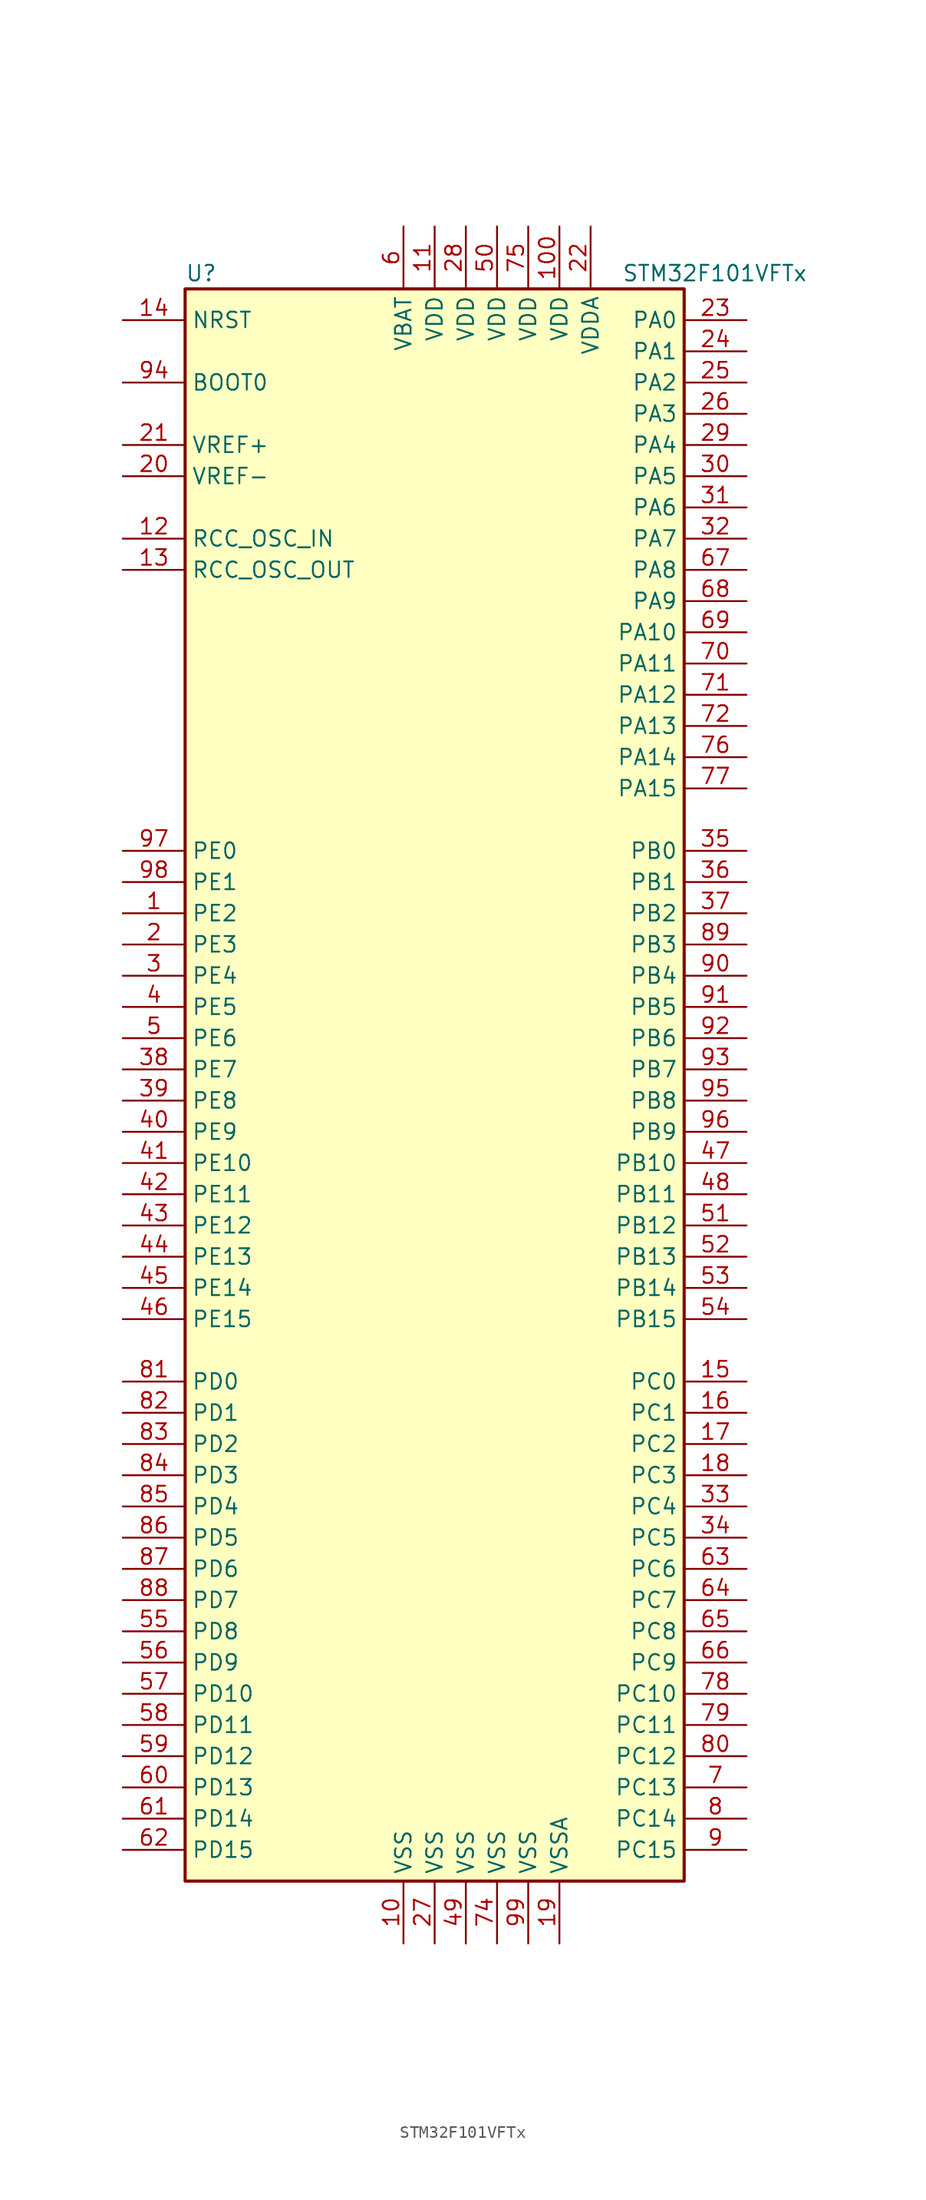
<source format=kicad_sym>
(kicad_symbol_lib
  (version 20201005)
  (generator kicad_symbol_editor)
  (symbol "STM32F101VFTx"
    (property "Reference" "U"
      (at -20.32 64.77 0)
      (effects (font (size 1.27 1.27)) (justify left)))
    (property "Value" "STM32F101VFTx"
      (at 15.24 64.77 0)
      (effects (font (size 1.27 1.27)) (justify left)))
    (symbol "STM32F101VFTx_0_1"
      (rectangle (start -20.32 -66.04) (end 20.32 63.5) (stroke (width 0.254)) (fill (type background))))
    (symbol "STM32F101VFTx_1_1"
      (pin input line (at -25.4 55.88 0) (length 5.08) (name "BOOT0" (effects (font (size 1.27 1.27)))) (number "94" (effects (font (size 1.27 1.27)))))
      (pin no_connect line (at -20.32 -63.5 0) (length 5.08) hide (name "NC" (effects (font (size 1.27 1.27)))) (number "73" (effects (font (size 1.27 1.27)))))
      (pin input line (at -25.4 60.96 0) (length 5.08) (name "NRST" (effects (font (size 1.27 1.27)))) (number "14" (effects (font (size 1.27 1.27)))))
      (pin bidirectional line (at 25.4 60.96 180) (length 5.08) (name "PA0" (effects (font (size 1.27 1.27)))) (number "23" (effects (font (size 1.27 1.27)))))
      (pin bidirectional line (at 25.4 58.42 180) (length 5.08) (name "PA1" (effects (font (size 1.27 1.27)))) (number "24" (effects (font (size 1.27 1.27)))))
      (pin bidirectional line (at 25.4 35.56 180) (length 5.08) (name "PA10" (effects (font (size 1.27 1.27)))) (number "69" (effects (font (size 1.27 1.27)))))
      (pin bidirectional line (at 25.4 33.02 180) (length 5.08) (name "PA11" (effects (font (size 1.27 1.27)))) (number "70" (effects (font (size 1.27 1.27)))))
      (pin bidirectional line (at 25.4 30.48 180) (length 5.08) (name "PA12" (effects (font (size 1.27 1.27)))) (number "71" (effects (font (size 1.27 1.27)))))
      (pin bidirectional line (at 25.4 27.94 180) (length 5.08) (name "PA13" (effects (font (size 1.27 1.27)))) (number "72" (effects (font (size 1.27 1.27)))))
      (pin bidirectional line (at 25.4 25.4 180) (length 5.08) (name "PA14" (effects (font (size 1.27 1.27)))) (number "76" (effects (font (size 1.27 1.27)))))
      (pin bidirectional line (at 25.4 22.86 180) (length 5.08) (name "PA15" (effects (font (size 1.27 1.27)))) (number "77" (effects (font (size 1.27 1.27)))))
      (pin bidirectional line (at 25.4 55.88 180) (length 5.08) (name "PA2" (effects (font (size 1.27 1.27)))) (number "25" (effects (font (size 1.27 1.27)))))
      (pin bidirectional line (at 25.4 53.34 180) (length 5.08) (name "PA3" (effects (font (size 1.27 1.27)))) (number "26" (effects (font (size 1.27 1.27)))))
      (pin bidirectional line (at 25.4 50.8 180) (length 5.08) (name "PA4" (effects (font (size 1.27 1.27)))) (number "29" (effects (font (size 1.27 1.27)))))
      (pin bidirectional line (at 25.4 48.26 180) (length 5.08) (name "PA5" (effects (font (size 1.27 1.27)))) (number "30" (effects (font (size 1.27 1.27)))))
      (pin bidirectional line (at 25.4 45.72 180) (length 5.08) (name "PA6" (effects (font (size 1.27 1.27)))) (number "31" (effects (font (size 1.27 1.27)))))
      (pin bidirectional line (at 25.4 43.18 180) (length 5.08) (name "PA7" (effects (font (size 1.27 1.27)))) (number "32" (effects (font (size 1.27 1.27)))))
      (pin bidirectional line (at 25.4 40.64 180) (length 5.08) (name "PA8" (effects (font (size 1.27 1.27)))) (number "67" (effects (font (size 1.27 1.27)))))
      (pin bidirectional line (at 25.4 38.1 180) (length 5.08) (name "PA9" (effects (font (size 1.27 1.27)))) (number "68" (effects (font (size 1.27 1.27)))))
      (pin bidirectional line (at 25.4 17.78 180) (length 5.08) (name "PB0" (effects (font (size 1.27 1.27)))) (number "35" (effects (font (size 1.27 1.27)))))
      (pin bidirectional line (at 25.4 15.24 180) (length 5.08) (name "PB1" (effects (font (size 1.27 1.27)))) (number "36" (effects (font (size 1.27 1.27)))))
      (pin bidirectional line (at 25.4 -7.62 180) (length 5.08) (name "PB10" (effects (font (size 1.27 1.27)))) (number "47" (effects (font (size 1.27 1.27)))))
      (pin bidirectional line (at 25.4 -10.16 180) (length 5.08) (name "PB11" (effects (font (size 1.27 1.27)))) (number "48" (effects (font (size 1.27 1.27)))))
      (pin bidirectional line (at 25.4 -12.7 180) (length 5.08) (name "PB12" (effects (font (size 1.27 1.27)))) (number "51" (effects (font (size 1.27 1.27)))))
      (pin bidirectional line (at 25.4 -15.24 180) (length 5.08) (name "PB13" (effects (font (size 1.27 1.27)))) (number "52" (effects (font (size 1.27 1.27)))))
      (pin bidirectional line (at 25.4 -17.78 180) (length 5.08) (name "PB14" (effects (font (size 1.27 1.27)))) (number "53" (effects (font (size 1.27 1.27)))))
      (pin bidirectional line (at 25.4 -20.32 180) (length 5.08) (name "PB15" (effects (font (size 1.27 1.27)))) (number "54" (effects (font (size 1.27 1.27)))))
      (pin bidirectional line (at 25.4 12.7 180) (length 5.08) (name "PB2" (effects (font (size 1.27 1.27)))) (number "37" (effects (font (size 1.27 1.27)))))
      (pin bidirectional line (at 25.4 10.16 180) (length 5.08) (name "PB3" (effects (font (size 1.27 1.27)))) (number "89" (effects (font (size 1.27 1.27)))))
      (pin bidirectional line (at 25.4 7.62 180) (length 5.08) (name "PB4" (effects (font (size 1.27 1.27)))) (number "90" (effects (font (size 1.27 1.27)))))
      (pin bidirectional line (at 25.4 5.08 180) (length 5.08) (name "PB5" (effects (font (size 1.27 1.27)))) (number "91" (effects (font (size 1.27 1.27)))))
      (pin bidirectional line (at 25.4 2.54 180) (length 5.08) (name "PB6" (effects (font (size 1.27 1.27)))) (number "92" (effects (font (size 1.27 1.27)))))
      (pin bidirectional line (at 25.4 0 180) (length 5.08) (name "PB7" (effects (font (size 1.27 1.27)))) (number "93" (effects (font (size 1.27 1.27)))))
      (pin bidirectional line (at 25.4 -2.54 180) (length 5.08) (name "PB8" (effects (font (size 1.27 1.27)))) (number "95" (effects (font (size 1.27 1.27)))))
      (pin bidirectional line (at 25.4 -5.08 180) (length 5.08) (name "PB9" (effects (font (size 1.27 1.27)))) (number "96" (effects (font (size 1.27 1.27)))))
      (pin bidirectional line (at 25.4 -25.4 180) (length 5.08) (name "PC0" (effects (font (size 1.27 1.27)))) (number "15" (effects (font (size 1.27 1.27)))))
      (pin bidirectional line (at 25.4 -27.94 180) (length 5.08) (name "PC1" (effects (font (size 1.27 1.27)))) (number "16" (effects (font (size 1.27 1.27)))))
      (pin bidirectional line (at 25.4 -50.8 180) (length 5.08) (name "PC10" (effects (font (size 1.27 1.27)))) (number "78" (effects (font (size 1.27 1.27)))))
      (pin bidirectional line (at 25.4 -53.34 180) (length 5.08) (name "PC11" (effects (font (size 1.27 1.27)))) (number "79" (effects (font (size 1.27 1.27)))))
      (pin bidirectional line (at 25.4 -55.88 180) (length 5.08) (name "PC12" (effects (font (size 1.27 1.27)))) (number "80" (effects (font (size 1.27 1.27)))))
      (pin bidirectional line (at 25.4 -58.42 180) (length 5.08) (name "PC13" (effects (font (size 1.27 1.27)))) (number "7" (effects (font (size 1.27 1.27)))))
      (pin bidirectional line (at 25.4 -60.96 180) (length 5.08) (name "PC14" (effects (font (size 1.27 1.27)))) (number "8" (effects (font (size 1.27 1.27)))))
      (pin bidirectional line (at 25.4 -63.5 180) (length 5.08) (name "PC15" (effects (font (size 1.27 1.27)))) (number "9" (effects (font (size 1.27 1.27)))))
      (pin bidirectional line (at 25.4 -30.48 180) (length 5.08) (name "PC2" (effects (font (size 1.27 1.27)))) (number "17" (effects (font (size 1.27 1.27)))))
      (pin bidirectional line (at 25.4 -33.02 180) (length 5.08) (name "PC3" (effects (font (size 1.27 1.27)))) (number "18" (effects (font (size 1.27 1.27)))))
      (pin bidirectional line (at 25.4 -35.56 180) (length 5.08) (name "PC4" (effects (font (size 1.27 1.27)))) (number "33" (effects (font (size 1.27 1.27)))))
      (pin bidirectional line (at 25.4 -38.1 180) (length 5.08) (name "PC5" (effects (font (size 1.27 1.27)))) (number "34" (effects (font (size 1.27 1.27)))))
      (pin bidirectional line (at 25.4 -40.64 180) (length 5.08) (name "PC6" (effects (font (size 1.27 1.27)))) (number "63" (effects (font (size 1.27 1.27)))))
      (pin bidirectional line (at 25.4 -43.18 180) (length 5.08) (name "PC7" (effects (font (size 1.27 1.27)))) (number "64" (effects (font (size 1.27 1.27)))))
      (pin bidirectional line (at 25.4 -45.72 180) (length 5.08) (name "PC8" (effects (font (size 1.27 1.27)))) (number "65" (effects (font (size 1.27 1.27)))))
      (pin bidirectional line (at 25.4 -48.26 180) (length 5.08) (name "PC9" (effects (font (size 1.27 1.27)))) (number "66" (effects (font (size 1.27 1.27)))))
      (pin bidirectional line (at -25.4 -25.4 0) (length 5.08) (name "PD0" (effects (font (size 1.27 1.27)))) (number "81" (effects (font (size 1.27 1.27)))))
      (pin bidirectional line (at -25.4 -27.94 0) (length 5.08) (name "PD1" (effects (font (size 1.27 1.27)))) (number "82" (effects (font (size 1.27 1.27)))))
      (pin bidirectional line (at -25.4 -50.8 0) (length 5.08) (name "PD10" (effects (font (size 1.27 1.27)))) (number "57" (effects (font (size 1.27 1.27)))))
      (pin bidirectional line (at -25.4 -53.34 0) (length 5.08) (name "PD11" (effects (font (size 1.27 1.27)))) (number "58" (effects (font (size 1.27 1.27)))))
      (pin bidirectional line (at -25.4 -55.88 0) (length 5.08) (name "PD12" (effects (font (size 1.27 1.27)))) (number "59" (effects (font (size 1.27 1.27)))))
      (pin bidirectional line (at -25.4 -58.42 0) (length 5.08) (name "PD13" (effects (font (size 1.27 1.27)))) (number "60" (effects (font (size 1.27 1.27)))))
      (pin bidirectional line (at -25.4 -60.96 0) (length 5.08) (name "PD14" (effects (font (size 1.27 1.27)))) (number "61" (effects (font (size 1.27 1.27)))))
      (pin bidirectional line (at -25.4 -63.5 0) (length 5.08) (name "PD15" (effects (font (size 1.27 1.27)))) (number "62" (effects (font (size 1.27 1.27)))))
      (pin bidirectional line (at -25.4 -30.48 0) (length 5.08) (name "PD2" (effects (font (size 1.27 1.27)))) (number "83" (effects (font (size 1.27 1.27)))))
      (pin bidirectional line (at -25.4 -33.02 0) (length 5.08) (name "PD3" (effects (font (size 1.27 1.27)))) (number "84" (effects (font (size 1.27 1.27)))))
      (pin bidirectional line (at -25.4 -35.56 0) (length 5.08) (name "PD4" (effects (font (size 1.27 1.27)))) (number "85" (effects (font (size 1.27 1.27)))))
      (pin bidirectional line (at -25.4 -38.1 0) (length 5.08) (name "PD5" (effects (font (size 1.27 1.27)))) (number "86" (effects (font (size 1.27 1.27)))))
      (pin bidirectional line (at -25.4 -40.64 0) (length 5.08) (name "PD6" (effects (font (size 1.27 1.27)))) (number "87" (effects (font (size 1.27 1.27)))))
      (pin bidirectional line (at -25.4 -43.18 0) (length 5.08) (name "PD7" (effects (font (size 1.27 1.27)))) (number "88" (effects (font (size 1.27 1.27)))))
      (pin bidirectional line (at -25.4 -45.72 0) (length 5.08) (name "PD8" (effects (font (size 1.27 1.27)))) (number "55" (effects (font (size 1.27 1.27)))))
      (pin bidirectional line (at -25.4 -48.26 0) (length 5.08) (name "PD9" (effects (font (size 1.27 1.27)))) (number "56" (effects (font (size 1.27 1.27)))))
      (pin bidirectional line (at -25.4 17.78 0) (length 5.08) (name "PE0" (effects (font (size 1.27 1.27)))) (number "97" (effects (font (size 1.27 1.27)))))
      (pin bidirectional line (at -25.4 15.24 0) (length 5.08) (name "PE1" (effects (font (size 1.27 1.27)))) (number "98" (effects (font (size 1.27 1.27)))))
      (pin bidirectional line (at -25.4 -7.62 0) (length 5.08) (name "PE10" (effects (font (size 1.27 1.27)))) (number "41" (effects (font (size 1.27 1.27)))))
      (pin bidirectional line (at -25.4 -10.16 0) (length 5.08) (name "PE11" (effects (font (size 1.27 1.27)))) (number "42" (effects (font (size 1.27 1.27)))))
      (pin bidirectional line (at -25.4 -12.7 0) (length 5.08) (name "PE12" (effects (font (size 1.27 1.27)))) (number "43" (effects (font (size 1.27 1.27)))))
      (pin bidirectional line (at -25.4 -15.24 0) (length 5.08) (name "PE13" (effects (font (size 1.27 1.27)))) (number "44" (effects (font (size 1.27 1.27)))))
      (pin bidirectional line (at -25.4 -17.78 0) (length 5.08) (name "PE14" (effects (font (size 1.27 1.27)))) (number "45" (effects (font (size 1.27 1.27)))))
      (pin bidirectional line (at -25.4 -20.32 0) (length 5.08) (name "PE15" (effects (font (size 1.27 1.27)))) (number "46" (effects (font (size 1.27 1.27)))))
      (pin bidirectional line (at -25.4 12.7 0) (length 5.08) (name "PE2" (effects (font (size 1.27 1.27)))) (number "1" (effects (font (size 1.27 1.27)))))
      (pin bidirectional line (at -25.4 10.16 0) (length 5.08) (name "PE3" (effects (font (size 1.27 1.27)))) (number "2" (effects (font (size 1.27 1.27)))))
      (pin bidirectional line (at -25.4 7.62 0) (length 5.08) (name "PE4" (effects (font (size 1.27 1.27)))) (number "3" (effects (font (size 1.27 1.27)))))
      (pin bidirectional line (at -25.4 5.08 0) (length 5.08) (name "PE5" (effects (font (size 1.27 1.27)))) (number "4" (effects (font (size 1.27 1.27)))))
      (pin bidirectional line (at -25.4 2.54 0) (length 5.08) (name "PE6" (effects (font (size 1.27 1.27)))) (number "5" (effects (font (size 1.27 1.27)))))
      (pin bidirectional line (at -25.4 0 0) (length 5.08) (name "PE7" (effects (font (size 1.27 1.27)))) (number "38" (effects (font (size 1.27 1.27)))))
      (pin bidirectional line (at -25.4 -2.54 0) (length 5.08) (name "PE8" (effects (font (size 1.27 1.27)))) (number "39" (effects (font (size 1.27 1.27)))))
      (pin bidirectional line (at -25.4 -5.08 0) (length 5.08) (name "PE9" (effects (font (size 1.27 1.27)))) (number "40" (effects (font (size 1.27 1.27)))))
      (pin input line (at -25.4 43.18 0) (length 5.08) (name "RCC_OSC_IN" (effects (font (size 1.27 1.27)))) (number "12" (effects (font (size 1.27 1.27)))))
      (pin input line (at -25.4 40.64 0) (length 5.08) (name "RCC_OSC_OUT" (effects (font (size 1.27 1.27)))) (number "13" (effects (font (size 1.27 1.27)))))
      (pin power_in line (at -2.54 68.58 270) (length 5.08) (name "VBAT" (effects (font (size 1.27 1.27)))) (number "6" (effects (font (size 1.27 1.27)))))
      (pin power_in line (at 10.16 68.58 270) (length 5.08) (name "VDD" (effects (font (size 1.27 1.27)))) (number "100" (effects (font (size 1.27 1.27)))))
      (pin power_in line (at 0 68.58 270) (length 5.08) (name "VDD" (effects (font (size 1.27 1.27)))) (number "11" (effects (font (size 1.27 1.27)))))
      (pin power_in line (at 2.54 68.58 270) (length 5.08) (name "VDD" (effects (font (size 1.27 1.27)))) (number "28" (effects (font (size 1.27 1.27)))))
      (pin power_in line (at 5.08 68.58 270) (length 5.08) (name "VDD" (effects (font (size 1.27 1.27)))) (number "50" (effects (font (size 1.27 1.27)))))
      (pin power_in line (at 7.62 68.58 270) (length 5.08) (name "VDD" (effects (font (size 1.27 1.27)))) (number "75" (effects (font (size 1.27 1.27)))))
      (pin power_in line (at 12.7 68.58 270) (length 5.08) (name "VDDA" (effects (font (size 1.27 1.27)))) (number "22" (effects (font (size 1.27 1.27)))))
      (pin power_in line (at -25.4 50.8 0) (length 5.08) (name "VREF+" (effects (font (size 1.27 1.27)))) (number "21" (effects (font (size 1.27 1.27)))))
      (pin power_in line (at -25.4 48.26 0) (length 5.08) (name "VREF-" (effects (font (size 1.27 1.27)))) (number "20" (effects (font (size 1.27 1.27)))))
      (pin power_in line (at -2.54 -71.12 90) (length 5.08) (name "VSS" (effects (font (size 1.27 1.27)))) (number "10" (effects (font (size 1.27 1.27)))))
      (pin power_in line (at 0 -71.12 90) (length 5.08) (name "VSS" (effects (font (size 1.27 1.27)))) (number "27" (effects (font (size 1.27 1.27)))))
      (pin power_in line (at 2.54 -71.12 90) (length 5.08) (name "VSS" (effects (font (size 1.27 1.27)))) (number "49" (effects (font (size 1.27 1.27)))))
      (pin power_in line (at 5.08 -71.12 90) (length 5.08) (name "VSS" (effects (font (size 1.27 1.27)))) (number "74" (effects (font (size 1.27 1.27)))))
      (pin power_in line (at 7.62 -71.12 90) (length 5.08) (name "VSS" (effects (font (size 1.27 1.27)))) (number "99" (effects (font (size 1.27 1.27)))))
      (pin power_in line (at 10.16 -71.12 90) (length 5.08) (name "VSSA" (effects (font (size 1.27 1.27)))) (number "19" (effects (font (size 1.27 1.27))))))))
</source>
